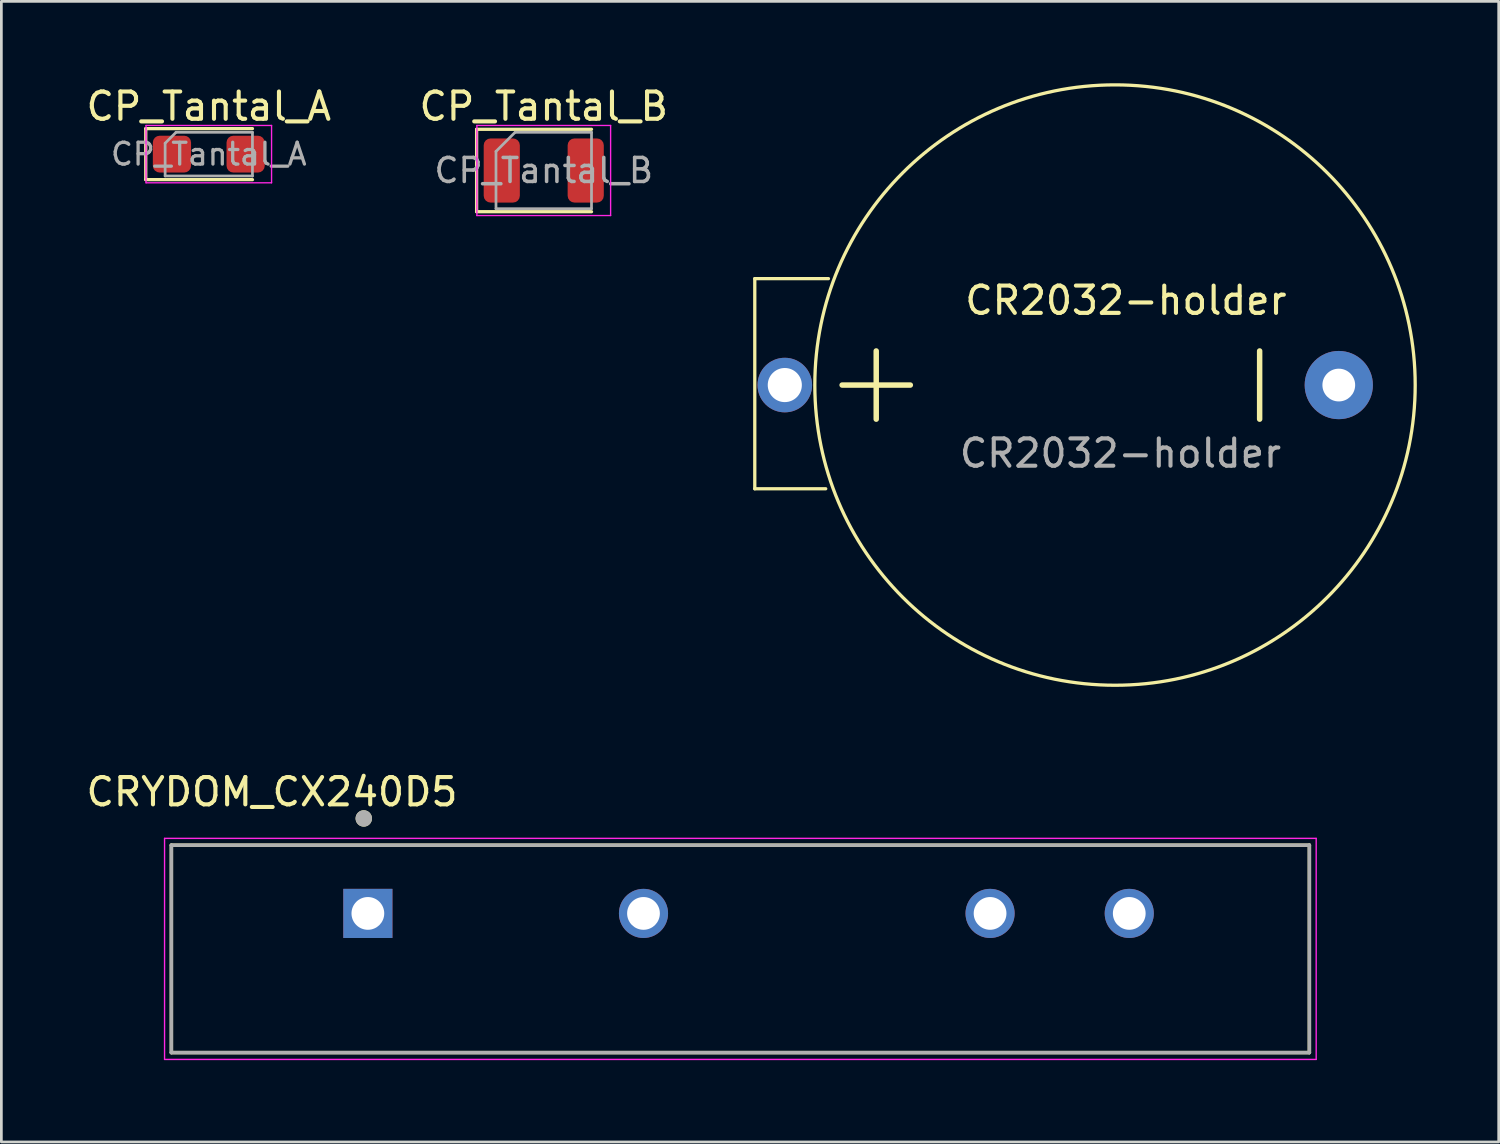
<source format=kicad_pcb>
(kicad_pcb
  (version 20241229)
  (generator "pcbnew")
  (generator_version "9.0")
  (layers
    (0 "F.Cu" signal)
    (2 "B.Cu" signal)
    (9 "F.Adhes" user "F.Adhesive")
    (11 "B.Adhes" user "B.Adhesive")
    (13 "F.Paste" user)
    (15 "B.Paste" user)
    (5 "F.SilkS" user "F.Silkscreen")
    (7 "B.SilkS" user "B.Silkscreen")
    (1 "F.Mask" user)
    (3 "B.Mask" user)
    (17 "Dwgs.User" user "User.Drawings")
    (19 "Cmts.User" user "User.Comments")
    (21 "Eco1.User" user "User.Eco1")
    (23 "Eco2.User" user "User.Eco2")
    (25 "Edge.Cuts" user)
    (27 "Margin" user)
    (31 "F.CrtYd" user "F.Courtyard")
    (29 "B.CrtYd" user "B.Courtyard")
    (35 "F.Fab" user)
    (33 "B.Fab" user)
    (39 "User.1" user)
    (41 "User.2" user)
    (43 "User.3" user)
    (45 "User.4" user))
  (footprint "CR2032-holder"
    (layer "F.Cu")
    (at 38.008 11.06)
    (property "Reference" "CR2032-holder" (at 0.2 -3.1 0) (unlocked yes) (layer "F.SilkS") (effects (font (size 1 1) (thickness 0.15))))
    (attr through_hole)
    (fp_line (start -13.4 -3.9) (end -13.4 3.8) (stroke (width 0.12) (type solid)) (layer "F.SilkS"))
    (fp_line (start -13.4 3.8) (end -10.8 3.8) (stroke (width 0.12) (type solid)) (layer "F.SilkS"))
    (fp_line (start -10.7 -3.9) (end -13.4 -3.9) (stroke (width 0.12) (type solid)) (layer "F.SilkS"))
    (fp_line (start -10.2 0) (end -7.7 0) (stroke (width 0.2) (type solid)) (layer "F.SilkS"))
    (fp_line (start -8.95 1.25) (end -8.95 -1.25) (stroke (width 0.2) (type solid)) (layer "F.SilkS"))
    (fp_line (start 5.1 1.25) (end 5.1 -1.25) (stroke (width 0.2) (type solid)) (layer "F.SilkS"))
    (fp_circle (center -0.2 0) (end 10.8 0) (stroke (width 0.12) (type solid)) (fill no) (layer "F.SilkS"))
    (fp_text user "${REFERENCE}" (at 0 2.5 0) (unlocked yes) (layer "F.Fab") (effects (font (size 1 1) (thickness 0.15))))
    (pad "1" thru_hole circle (at -12.3 0 90) (size 2 2) (drill 1.25) (layers "*.Cu" "*.Mask"))
    (pad "2" thru_hole circle (at 8 0 90) (size 2.5 2.5) (drill 1.2) (layers "*.Cu" "*.Mask")))
  (footprint "CP_Tantal_A"
    (layer "F.Cu")
    (at 4.601 2.598)
    (property "Reference" "CP_Tantal_A" (at 0 -1.75 0) (layer "F.SilkS") (effects (font (size 1 1) (thickness 0.15))))
    (attr smd)
    (fp_line (start -2.31 -0.935) (end -2.31 0.935) (stroke (width 0.12) (type solid)) (layer "F.SilkS"))
    (fp_line (start -2.31 0.935) (end 1.6 0.935) (stroke (width 0.12) (type solid)) (layer "F.SilkS"))
    (fp_line (start 1.6 -0.935) (end -2.31 -0.935) (stroke (width 0.12) (type solid)) (layer "F.SilkS"))
    (fp_line (start -2.3 -1.05) (end 2.3 -1.05) (stroke (width 0.05) (type solid)) (layer "F.CrtYd"))
    (fp_line (start -2.3 1.05) (end -2.3 -1.05) (stroke (width 0.05) (type solid)) (layer "F.CrtYd"))
    (fp_line (start 2.3 -1.05) (end 2.3 1.05) (stroke (width 0.05) (type solid)) (layer "F.CrtYd"))
    (fp_line (start 2.3 1.05) (end -2.3 1.05) (stroke (width 0.05) (type solid)) (layer "F.CrtYd"))
    (fp_line (start -1.6 -0.4) (end -1.6 0.8) (stroke (width 0.1) (type solid)) (layer "F.Fab"))
    (fp_line (start -1.6 0.8) (end 1.6 0.8) (stroke (width 0.1) (type solid)) (layer "F.Fab"))
    (fp_line (start -1.2 -0.8) (end -1.6 -0.4) (stroke (width 0.1) (type solid)) (layer "F.Fab"))
    (fp_line (start 1.6 -0.8) (end -1.2 -0.8) (stroke (width 0.1) (type solid)) (layer "F.Fab"))
    (fp_line (start 1.6 0.8) (end 1.6 -0.8) (stroke (width 0.1) (type solid)) (layer "F.Fab"))
    (fp_text user "${REFERENCE}" (at 0 0 0) (layer "F.Fab") (effects (font (size 0.8 0.8) (thickness 0.12))))
    (pad "1" smd roundrect (at -1.35 0) (size 1.4 1.35) (layers "F.Cu" "F.Mask" "F.Paste") (roundrect_rratio 0.185))
    (pad "2" smd roundrect (at 1.35 0) (size 1.4 1.35) (layers "F.Cu" "F.Mask" "F.Paste") (roundrect_rratio 0.185)))
  (footprint "CRYDOM_CX240D5"
    (layer "F.Cu")
    (at 24.08 30.421)
    (property "Reference" "CRYDOM_CX240D5" (at -17.163 -4.452 0) (layer "F.SilkS") (effects (font (size 1.001 1.001) (thickness 0.15))))
    (attr through_hole)
    (fp_line (start -20.85 -2.5) (end 20.85 -2.5) (stroke (width 0.127) (type solid)) (layer "F.SilkS"))
    (fp_line (start -20.85 5.1) (end -20.85 -2.5) (stroke (width 0.127) (type solid)) (layer "F.SilkS"))
    (fp_line (start 20.85 -2.5) (end 20.85 5.1) (stroke (width 0.127) (type solid)) (layer "F.SilkS"))
    (fp_line (start 20.85 5.1) (end -20.85 5.1) (stroke (width 0.127) (type solid)) (layer "F.SilkS"))
    (fp_circle (center -13.8 -3.48) (end -13.65 -3.48) (stroke (width 0.3) (type solid)) (fill no) (layer "F.SilkS"))
    (fp_line (start -21.1 -2.75) (end 21.1 -2.75) (stroke (width 0.05) (type solid)) (layer "F.CrtYd"))
    (fp_line (start -21.1 5.35) (end -21.1 -2.75) (stroke (width 0.05) (type solid)) (layer "F.CrtYd"))
    (fp_line (start 21.1 -2.75) (end 21.1 5.35) (stroke (width 0.05) (type solid)) (layer "F.CrtYd"))
    (fp_line (start 21.1 5.35) (end -21.1 5.35) (stroke (width 0.05) (type solid)) (layer "F.CrtYd"))
    (fp_line (start -20.85 -2.5) (end 20.85 -2.5) (stroke (width 0.127) (type solid)) (layer "F.Fab"))
    (fp_line (start -20.85 5.1) (end -20.85 -2.5) (stroke (width 0.127) (type solid)) (layer "F.Fab"))
    (fp_line (start 20.85 -2.5) (end 20.85 5.1) (stroke (width 0.127) (type solid)) (layer "F.Fab"))
    (fp_line (start 20.85 5.1) (end -20.85 5.1) (stroke (width 0.127) (type solid)) (layer "F.Fab"))
    (fp_circle (center -13.8 -3.48) (end -13.65 -3.48) (stroke (width 0.3) (type solid)) (fill no) (layer "F.Fab"))
    (pad "1" thru_hole rect (at -13.65 0) (size 1.8 1.8) (drill 1.2) (layers "*.Cu" "*.Mask"))
    (pad "2" thru_hole circle (at -3.55 0) (size 1.8 1.8) (drill 1.2) (layers "*.Cu" "*.Mask"))
    (pad "3" thru_hole circle (at 9.15 0) (size 1.8 1.8) (drill 1.2) (layers "*.Cu" "*.Mask"))
    (pad "4" thru_hole circle (at 14.25 0) (size 1.8 1.8) (drill 1.2) (layers "*.Cu" "*.Mask")))
  (footprint "CP_Tantal_B"
    (layer "F.Cu")
    (at 16.875 3.198)
    (property "Reference" "CP_Tantal_B" (at 0 -2.35 0) (layer "F.SilkS") (effects (font (size 1 1) (thickness 0.15))))
    (attr smd)
    (fp_line (start -2.46 -1.51) (end -2.46 1.51) (stroke (width 0.12) (type solid)) (layer "F.SilkS"))
    (fp_line (start -2.46 1.51) (end 1.75 1.51) (stroke (width 0.12) (type solid)) (layer "F.SilkS"))
    (fp_line (start 1.75 -1.51) (end -2.46 -1.51) (stroke (width 0.12) (type solid)) (layer "F.SilkS"))
    (fp_line (start -2.45 -1.65) (end 2.45 -1.65) (stroke (width 0.05) (type solid)) (layer "F.CrtYd"))
    (fp_line (start -2.45 1.65) (end -2.45 -1.65) (stroke (width 0.05) (type solid)) (layer "F.CrtYd"))
    (fp_line (start 2.45 -1.65) (end 2.45 1.65) (stroke (width 0.05) (type solid)) (layer "F.CrtYd"))
    (fp_line (start 2.45 1.65) (end -2.45 1.65) (stroke (width 0.05) (type solid)) (layer "F.CrtYd"))
    (fp_line (start -1.75 -0.7) (end -1.75 1.4) (stroke (width 0.1) (type solid)) (layer "F.Fab"))
    (fp_line (start -1.75 1.4) (end 1.75 1.4) (stroke (width 0.1) (type solid)) (layer "F.Fab"))
    (fp_line (start -1.05 -1.4) (end -1.75 -0.7) (stroke (width 0.1) (type solid)) (layer "F.Fab"))
    (fp_line (start 1.75 -1.4) (end -1.05 -1.4) (stroke (width 0.1) (type solid)) (layer "F.Fab"))
    (fp_line (start 1.75 1.4) (end 1.75 -1.4) (stroke (width 0.1) (type solid)) (layer "F.Fab"))
    (fp_text user "${REFERENCE}" (at 0 0 0) (layer "F.Fab") (effects (font (size 0.88 0.88) (thickness 0.13))))
    (pad "1" smd roundrect (at -1.538 0) (size 1.325 2.35) (layers "F.Cu" "F.Mask" "F.Paste") (roundrect_rratio 0.189))
    (pad "2" smd roundrect (at 1.538 0) (size 1.325 2.35) (layers "F.Cu" "F.Mask" "F.Paste") (roundrect_rratio 0.189)))
  (gr_rect
    (start -3 -3)
    (end 51.868 38.796)
    (stroke (width 0.1) (type default))
    (fill no)
    (layer "Edge.Cuts")))
</source>
